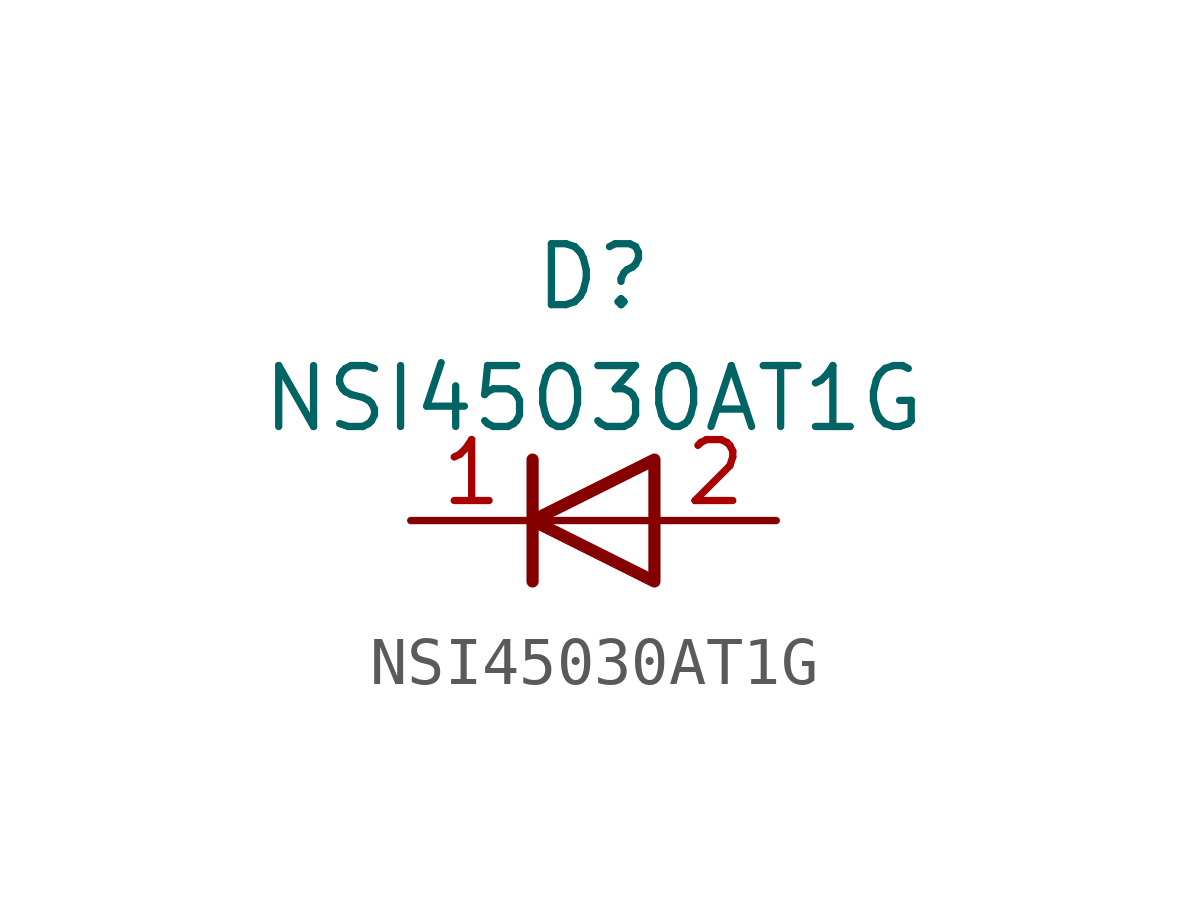
<source format=kicad_sym>
(kicad_symbol_lib
  (version 20211014)
  (generator kicad_symbol_editor)
  (symbol "NSI45030AT1G"
    (pin_names hide)
    (property "Reference" "D"
      (at 3.81 5.08 0)
      (effects (font (size 1.27 1.27))))
    (property "Value" "NSI45030AT1G"
      (at 3.81 2.54 0)
      (effects (font (size 1.27 1.27))))
    (symbol "NSI45030AT1G_0_1"
      (polyline (pts (xy 2.54 1.27) (xy 2.54 -1.27)) (stroke (width 0.254) (type default) (color 0 0 0 0)) (fill (type none)))
      (polyline (pts (xy 5.08 0) (xy 2.54 0)) (stroke (width 0) (type default) (color 0 0 0 0)) (fill (type none)))
      (polyline (pts (xy 5.08 1.27) (xy 5.08 -1.27) (xy 2.54 0) (xy 5.08 1.27)) (stroke (width 0.254) (type default) (color 0 0 0 0)) (fill (type none))))
    (symbol "NSI45030AT1G_1_1"
      (pin passive line (at 0 0 0) (length 2.54) (name "K" (effects (font (size 1.27 1.27)))) (number "1" (effects (font (size 1.27 1.27)))))
      (pin passive line (at 7.62 0 180) (length 2.54) (name "A" (effects (font (size 1.27 1.27)))) (number "2" (effects (font (size 1.27 1.27))))))))
</source>
